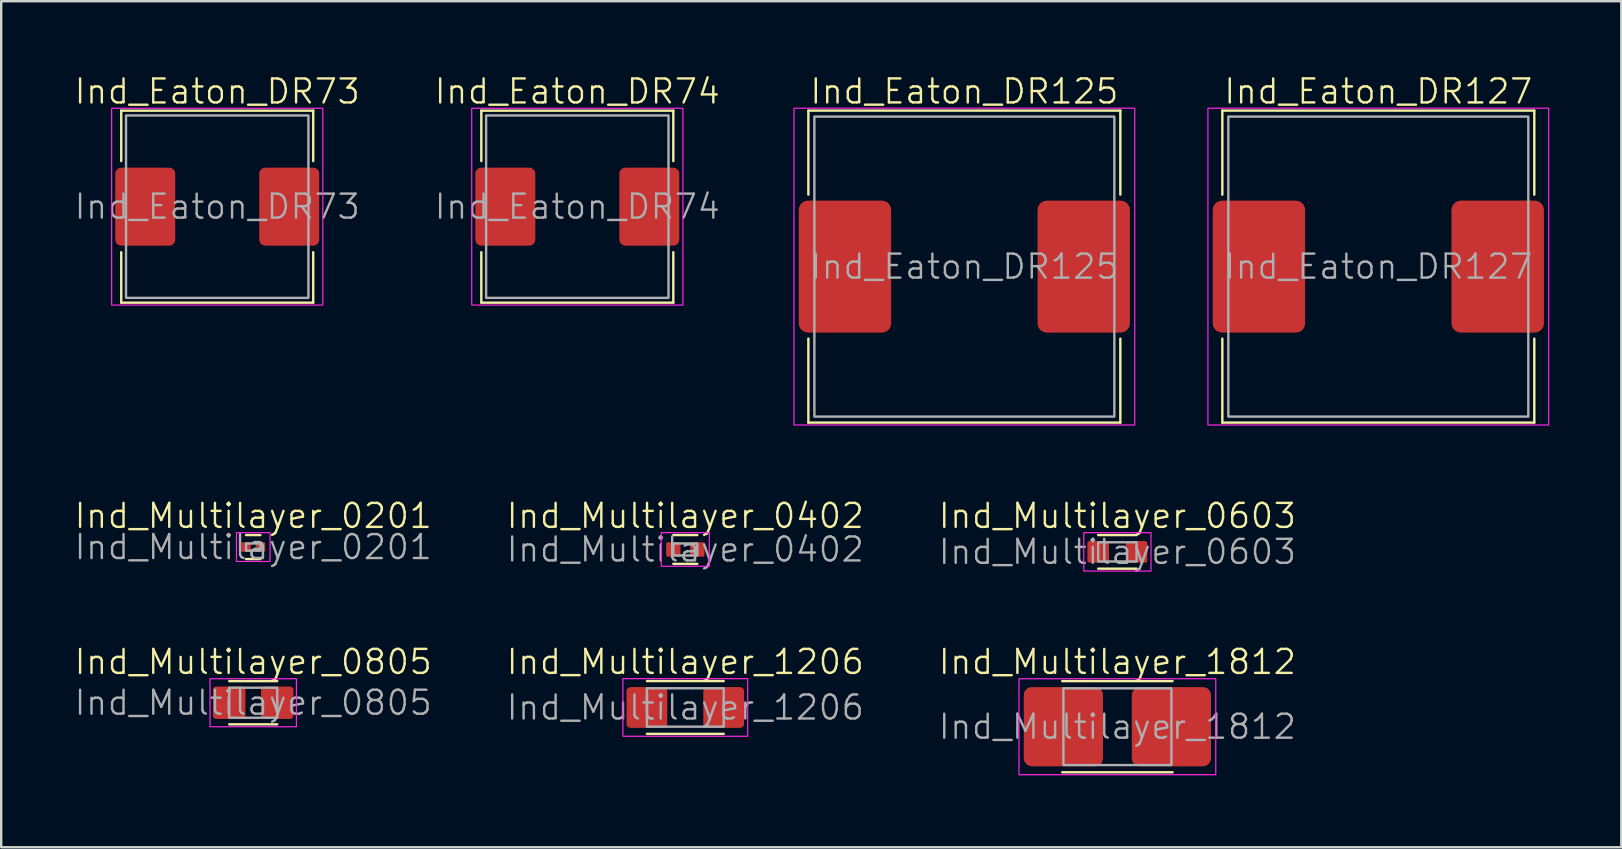
<source format=kicad_pcb>
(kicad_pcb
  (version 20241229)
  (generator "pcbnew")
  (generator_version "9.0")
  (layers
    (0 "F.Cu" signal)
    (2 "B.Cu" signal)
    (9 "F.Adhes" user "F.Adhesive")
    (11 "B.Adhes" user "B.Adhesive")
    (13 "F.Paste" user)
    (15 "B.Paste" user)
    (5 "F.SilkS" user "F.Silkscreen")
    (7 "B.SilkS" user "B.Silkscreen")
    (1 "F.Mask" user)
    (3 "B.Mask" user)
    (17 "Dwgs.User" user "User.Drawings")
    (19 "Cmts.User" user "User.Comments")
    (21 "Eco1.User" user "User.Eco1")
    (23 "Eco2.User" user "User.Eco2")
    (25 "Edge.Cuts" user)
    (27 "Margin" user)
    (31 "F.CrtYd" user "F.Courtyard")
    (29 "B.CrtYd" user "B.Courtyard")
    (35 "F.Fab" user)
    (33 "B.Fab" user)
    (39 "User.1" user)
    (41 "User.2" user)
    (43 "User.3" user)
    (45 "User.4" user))
  (footprint "Ind_Multilayer_0402"
    (layer "F.Cu")
    (at 25.507 19.846)
    (property "Reference" "Ind_Multilayer_0402" (at 0 -1.4 0) (unlocked yes) (layer "F.SilkS") (effects (font (size 1 1) (thickness 0.1))))
    (attr smd)
    (fp_line (start -0.5 -0.6) (end 0.5 -0.6) (stroke (width 0.1) (type default)) (layer "F.SilkS"))
    (fp_line (start -0.5 0.6) (end 0.5 0.6) (stroke (width 0.1) (type default)) (layer "F.SilkS"))
    (fp_rect (start -1 -0.7) (end 1 0.7) (stroke (width 0.05) (type default)) (fill no) (layer "F.CrtYd"))
    (fp_rect (start -0.5 -0.25) (end 0.5 0.25) (stroke (width 0.1) (type default)) (fill no) (layer "F.Fab"))
    (fp_text user "${REFERENCE}" (at 0 0 0) (unlocked yes) (layer "F.Fab") (effects (font (size 1 1) (thickness 0.1))))
    (pad "1" smd roundrect (at -0.5 0) (size 0.6 0.6) (layers "F.Cu" "F.Mask" "F.Paste") (roundrect_rratio 0.1))
    (pad "2" smd roundrect (at 0.5 0) (size 0.6 0.6) (layers "F.Cu" "F.Mask" "F.Paste") (roundrect_rratio 0.1)))
  (footprint "Ind_Multilayer_1812"
    (layer "F.Cu")
    (at 43.512 27.232)
    (property "Reference" "Ind_Multilayer_1812" (at 0 -2.7 0) (unlocked yes) (layer "F.SilkS") (effects (font (size 1 1) (thickness 0.1))))
    (attr smd)
    (fp_line (start -2.3 -1.9) (end 2.3 -1.9) (stroke (width 0.1) (type default)) (layer "F.SilkS"))
    (fp_line (start -2.3 1.9) (end 2.3 1.9) (stroke (width 0.1) (type default)) (layer "F.SilkS"))
    (fp_rect (start -4.1 -2) (end 4.1 2) (stroke (width 0.05) (type default)) (fill no) (layer "F.CrtYd"))
    (fp_rect (start -2.25 -1.6) (end 2.25 1.6) (stroke (width 0.1) (type default)) (fill no) (layer "F.Fab"))
    (fp_text user "${REFERENCE}" (at 0 0 0) (unlocked yes) (layer "F.Fab") (effects (font (size 1 1) (thickness 0.1))))
    (pad "1" smd roundrect (at -2.25 0) (size 3.3 3.3) (layers "F.Cu" "F.Mask" "F.Paste") (roundrect_rratio 0.1))
    (pad "2" smd roundrect (at 2.25 0) (size 3.3 3.3) (layers "F.Cu" "F.Mask" "F.Paste") (roundrect_rratio 0.1)))
  (footprint "Ind_Multilayer_0805"
    (layer "F.Cu")
    (at 7.502 26.232)
    (property "Reference" "Ind_Multilayer_0805" (at 0 -1.7 0) (unlocked yes) (layer "F.SilkS") (effects (font (size 1 1) (thickness 0.1))))
    (attr smd)
    (fp_line (start -1 -0.9) (end 1 -0.9) (stroke (width 0.1) (type default)) (layer "F.SilkS"))
    (fp_line (start -1 0.9) (end 1 0.9) (stroke (width 0.1) (type default)) (layer "F.SilkS"))
    (fp_rect (start -1.8 -1) (end 1.8 1) (stroke (width 0.05) (type default)) (fill no) (layer "F.CrtYd"))
    (fp_rect (start -1 -0.625) (end 1 0.625) (stroke (width 0.1) (type default)) (fill no) (layer "F.Fab"))
    (fp_text user "${REFERENCE}" (at 0 0 0) (unlocked yes) (layer "F.Fab") (effects (font (size 1 1) (thickness 0.1))))
    (pad "1" smd roundrect (at -1 0) (size 1.35 1.35) (layers "F.Cu" "F.Mask" "F.Paste") (roundrect_rratio 0.1))
    (pad "2" smd roundrect (at 1 0) (size 1.35 1.35) (layers "F.Cu" "F.Mask" "F.Paste") (roundrect_rratio 0.1)))
  (footprint "Ind_Eaton_DR73"
    (layer "F.Cu")
    (at 6.002 5.561)
    (property "Reference" "Ind_Eaton_DR73" (at 0 -4.8 0) (unlocked yes) (layer "F.SilkS") (effects (font (size 1 1) (thickness 0.1))))
    (attr smd)
    (fp_line (start -4 -4) (end 4 -4) (stroke (width 0.1) (type default)) (layer "F.SilkS"))
    (fp_line (start -4 -1.9) (end -4 -4) (stroke (width 0.1) (type default)) (layer "F.SilkS"))
    (fp_line (start -4 4) (end -4 1.9) (stroke (width 0.1) (type default)) (layer "F.SilkS"))
    (fp_line (start 4 -4) (end 4 -1.9) (stroke (width 0.1) (type default)) (layer "F.SilkS"))
    (fp_line (start 4 1.9) (end 4 4) (stroke (width 0.1) (type default)) (layer "F.SilkS"))
    (fp_line (start 4 4) (end -4 4) (stroke (width 0.1) (type default)) (layer "F.SilkS"))
    (fp_rect (start -4.4 -4.1) (end 4.4 4.1) (stroke (width 0.05) (type default)) (fill no) (layer "F.CrtYd"))
    (fp_rect (start -3.8 -3.8) (end 3.8 3.8) (stroke (width 0.1) (type default)) (fill no) (layer "F.Fab"))
    (fp_text user "${REFERENCE}" (at 0 0 0) (unlocked yes) (layer "F.Fab") (effects (font (size 1 1) (thickness 0.1))))
    (pad "1" smd roundrect (at -3 0) (size 2.5 3.25) (layers "F.Cu" "F.Mask" "F.Paste") (roundrect_rratio 0.1))
    (pad "2" smd roundrect (at 3 0) (size 2.5 3.25) (layers "F.Cu" "F.Mask" "F.Paste") (roundrect_rratio 0.1)))
  (footprint "Ind_Eaton_DR127"
    (layer "F.Cu")
    (at 54.385 8.06)
    (property "Reference" "Ind_Eaton_DR127" (at 0 -7.3 0) (unlocked yes) (layer "F.SilkS") (effects (font (size 1 1) (thickness 0.1))))
    (attr smd)
    (fp_line (start -6.5 -6.5) (end 6.5 -6.5) (stroke (width 0.1) (type default)) (layer "F.SilkS"))
    (fp_line (start -6.5 -3) (end -6.5 -6.5) (stroke (width 0.1) (type default)) (layer "F.SilkS"))
    (fp_line (start -6.5 3) (end -6.5 6.5) (stroke (width 0.1) (type default)) (layer "F.SilkS"))
    (fp_line (start -6.5 6.5) (end 6.5 6.5) (stroke (width 0.1) (type default)) (layer "F.SilkS"))
    (fp_line (start 6.5 -6.5) (end 6.5 -3) (stroke (width 0.1) (type default)) (layer "F.SilkS"))
    (fp_line (start 6.5 6.5) (end 6.5 3) (stroke (width 0.1) (type default)) (layer "F.SilkS"))
    (fp_rect (start -7.1 -6.6) (end 7.1 6.6) (stroke (width 0.05) (type default)) (fill no) (layer "F.CrtYd"))
    (fp_rect (start -6.25 -6.25) (end 6.25 6.25) (stroke (width 0.1) (type default)) (fill no) (layer "F.Fab"))
    (fp_text user "${REFERENCE}" (at 0 0 0) (unlocked yes) (layer "F.Fab") (effects (font (size 1 1) (thickness 0.1))))
    (pad "1" smd roundrect (at -4.975 0) (size 3.85 5.5) (layers "F.Cu" "F.Mask" "F.Paste") (roundrect_rratio 0.1))
    (pad "2" smd roundrect (at 4.975 0) (size 3.85 5.5) (layers "F.Cu" "F.Mask" "F.Paste") (roundrect_rratio 0.1)))
  (footprint "Ind_Eaton_DR74"
    (layer "F.Cu")
    (at 21.007 5.561)
    (property "Reference" "Ind_Eaton_DR74" (at 0 -4.8 0) (unlocked yes) (layer "F.SilkS") (effects (font (size 1 1) (thickness 0.1))))
    (attr smd)
    (fp_line (start -4 -4) (end 4 -4) (stroke (width 0.1) (type default)) (layer "F.SilkS"))
    (fp_line (start -4 -1.9) (end -4 -4) (stroke (width 0.1) (type default)) (layer "F.SilkS"))
    (fp_line (start -4 4) (end -4 1.9) (stroke (width 0.1) (type default)) (layer "F.SilkS"))
    (fp_line (start 4 -4) (end 4 -1.9) (stroke (width 0.1) (type default)) (layer "F.SilkS"))
    (fp_line (start 4 1.9) (end 4 4) (stroke (width 0.1) (type default)) (layer "F.SilkS"))
    (fp_line (start 4 4) (end -4 4) (stroke (width 0.1) (type default)) (layer "F.SilkS"))
    (fp_rect (start -4.4 -4.1) (end 4.4 4.1) (stroke (width 0.05) (type default)) (fill no) (layer "F.CrtYd"))
    (fp_rect (start -3.8 -3.8) (end 3.8 3.8) (stroke (width 0.1) (type default)) (fill no) (layer "F.Fab"))
    (fp_text user "${REFERENCE}" (at 0 0 0) (unlocked yes) (layer "F.Fab") (effects (font (size 1 1) (thickness 0.1))))
    (pad "1" smd roundrect (at -3 0) (size 2.5 3.25) (layers "F.Cu" "F.Mask" "F.Paste") (roundrect_rratio 0.1))
    (pad "2" smd roundrect (at 3 0) (size 2.5 3.25) (layers "F.Cu" "F.Mask" "F.Paste") (roundrect_rratio 0.1)))
  (footprint "Ind_Eaton_DR125"
    (layer "F.Cu")
    (at 37.135 8.06)
    (property "Reference" "Ind_Eaton_DR125" (at 0 -7.3 0) (unlocked yes) (layer "F.SilkS") (effects (font (size 1 1) (thickness 0.1))))
    (attr smd)
    (fp_line (start -6.5 -6.5) (end 6.5 -6.5) (stroke (width 0.1) (type default)) (layer "F.SilkS"))
    (fp_line (start -6.5 -3) (end -6.5 -6.5) (stroke (width 0.1) (type default)) (layer "F.SilkS"))
    (fp_line (start -6.5 3) (end -6.5 6.5) (stroke (width 0.1) (type default)) (layer "F.SilkS"))
    (fp_line (start -6.5 6.5) (end 6.5 6.5) (stroke (width 0.1) (type default)) (layer "F.SilkS"))
    (fp_line (start 6.5 -6.5) (end 6.5 -3) (stroke (width 0.1) (type default)) (layer "F.SilkS"))
    (fp_line (start 6.5 6.5) (end 6.5 3) (stroke (width 0.1) (type default)) (layer "F.SilkS"))
    (fp_rect (start -7.1 -6.6) (end 7.1 6.6) (stroke (width 0.05) (type default)) (fill no) (layer "F.CrtYd"))
    (fp_rect (start -6.25 -6.25) (end 6.25 6.25) (stroke (width 0.1) (type default)) (fill no) (layer "F.Fab"))
    (fp_text user "${REFERENCE}" (at 0 0 0) (unlocked yes) (layer "F.Fab") (effects (font (size 1 1) (thickness 0.1))))
    (pad "1" smd roundrect (at -4.975 0) (size 3.85 5.5) (layers "F.Cu" "F.Mask" "F.Paste") (roundrect_rratio 0.1))
    (pad "2" smd roundrect (at 4.975 0) (size 3.85 5.5) (layers "F.Cu" "F.Mask" "F.Paste") (roundrect_rratio 0.1)))
  (footprint "Ind_Multilayer_0201"
    (layer "F.Cu")
    (at 7.502 19.746)
    (property "Reference" "Ind_Multilayer_0201" (at 0 -1.3 0) (unlocked yes) (layer "F.SilkS") (effects (font (size 1 1) (thickness 0.1))))
    (attr smd)
    (fp_line (start -0.3 -0.5) (end 0.3 -0.5) (stroke (width 0.1) (type default)) (layer "F.SilkS"))
    (fp_line (start -0.3 0.5) (end 0.3 0.5) (stroke (width 0.1) (type default)) (layer "F.SilkS"))
    (fp_rect (start -0.7 -0.6) (end 0.7 0.6) (stroke (width 0.05) (type default)) (fill no) (layer "F.CrtYd"))
    (fp_rect (start -0.3 -0.15) (end 0.3 0.15) (stroke (width 0.1) (type default)) (fill no) (layer "F.Fab"))
    (fp_text user "${REFERENCE}" (at 0 0 0) (unlocked yes) (layer "F.Fab") (effects (font (size 1 1) (thickness 0.1))))
    (pad "1" smd roundrect (at -0.3 0) (size 0.4 0.4) (layers "F.Cu" "F.Mask" "F.Paste") (roundrect_rratio 0.1))
    (pad "2" smd roundrect (at 0.3 0) (size 0.4 0.4) (layers "F.Cu" "F.Mask" "F.Paste") (roundrect_rratio 0.1)))
  (footprint "Ind_Multilayer_1206"
    (layer "F.Cu")
    (at 25.507 26.431)
    (property "Reference" "Ind_Multilayer_1206" (at 0 -1.9 0) (unlocked yes) (layer "F.SilkS") (effects (font (size 1 1) (thickness 0.1))))
    (attr smd)
    (fp_line (start -1.6 -1.1) (end 1.6 -1.1) (stroke (width 0.1) (type default)) (layer "F.SilkS"))
    (fp_line (start -1.6 1.1) (end 1.6 1.1) (stroke (width 0.1) (type default)) (layer "F.SilkS"))
    (fp_rect (start -2.6 -1.2) (end 2.6 1.2) (stroke (width 0.05) (type default)) (fill no) (layer "F.CrtYd"))
    (fp_rect (start -1.6 -0.8) (end 1.6 0.8) (stroke (width 0.1) (type default)) (fill no) (layer "F.Fab"))
    (fp_text user "${REFERENCE}" (at 0 0 0) (unlocked yes) (layer "F.Fab") (effects (font (size 1 1) (thickness 0.1))))
    (pad "1" smd roundrect (at -1.6 0) (size 1.7 1.7) (layers "F.Cu" "F.Mask" "F.Paste") (roundrect_rratio 0.1))
    (pad "2" smd roundrect (at 1.6 0) (size 1.7 1.7) (layers "F.Cu" "F.Mask" "F.Paste") (roundrect_rratio 0.1)))
  (footprint "Ind_Multilayer_0603"
    (layer "F.Cu")
    (at 43.512 19.946)
    (property "Reference" "Ind_Multilayer_0603" (at 0 -1.5 0) (unlocked yes) (layer "F.SilkS") (effects (font (size 1 1) (thickness 0.1))))
    (attr smd)
    (fp_line (start -0.8 -0.7) (end 0.8 -0.7) (stroke (width 0.1) (type default)) (layer "F.SilkS"))
    (fp_line (start -0.8 0.7) (end 0.8 0.7) (stroke (width 0.1) (type default)) (layer "F.SilkS"))
    (fp_rect (start -1.4 -0.8) (end 1.4 0.8) (stroke (width 0.05) (type default)) (fill no) (layer "F.CrtYd"))
    (fp_rect (start -0.8 -0.4) (end 0.8 0.4) (stroke (width 0.1) (type default)) (fill no) (layer "F.Fab"))
    (fp_text user "${REFERENCE}" (at 0 0 0) (unlocked yes) (layer "F.Fab") (effects (font (size 1 1) (thickness 0.1))))
    (pad "1" smd roundrect (at -0.8 0) (size 0.9 0.9) (layers "F.Cu" "F.Mask" "F.Paste") (roundrect_rratio 0.1))
    (pad "2" smd roundrect (at 0.8 0) (size 0.9 0.9) (layers "F.Cu" "F.Mask" "F.Paste") (roundrect_rratio 0.1)))
  (gr_rect
    (start -3 -3)
    (end 64.51 32.257)
    (stroke (width 0.1) (type default))
    (fill no)
    (layer "Edge.Cuts")))
</source>
